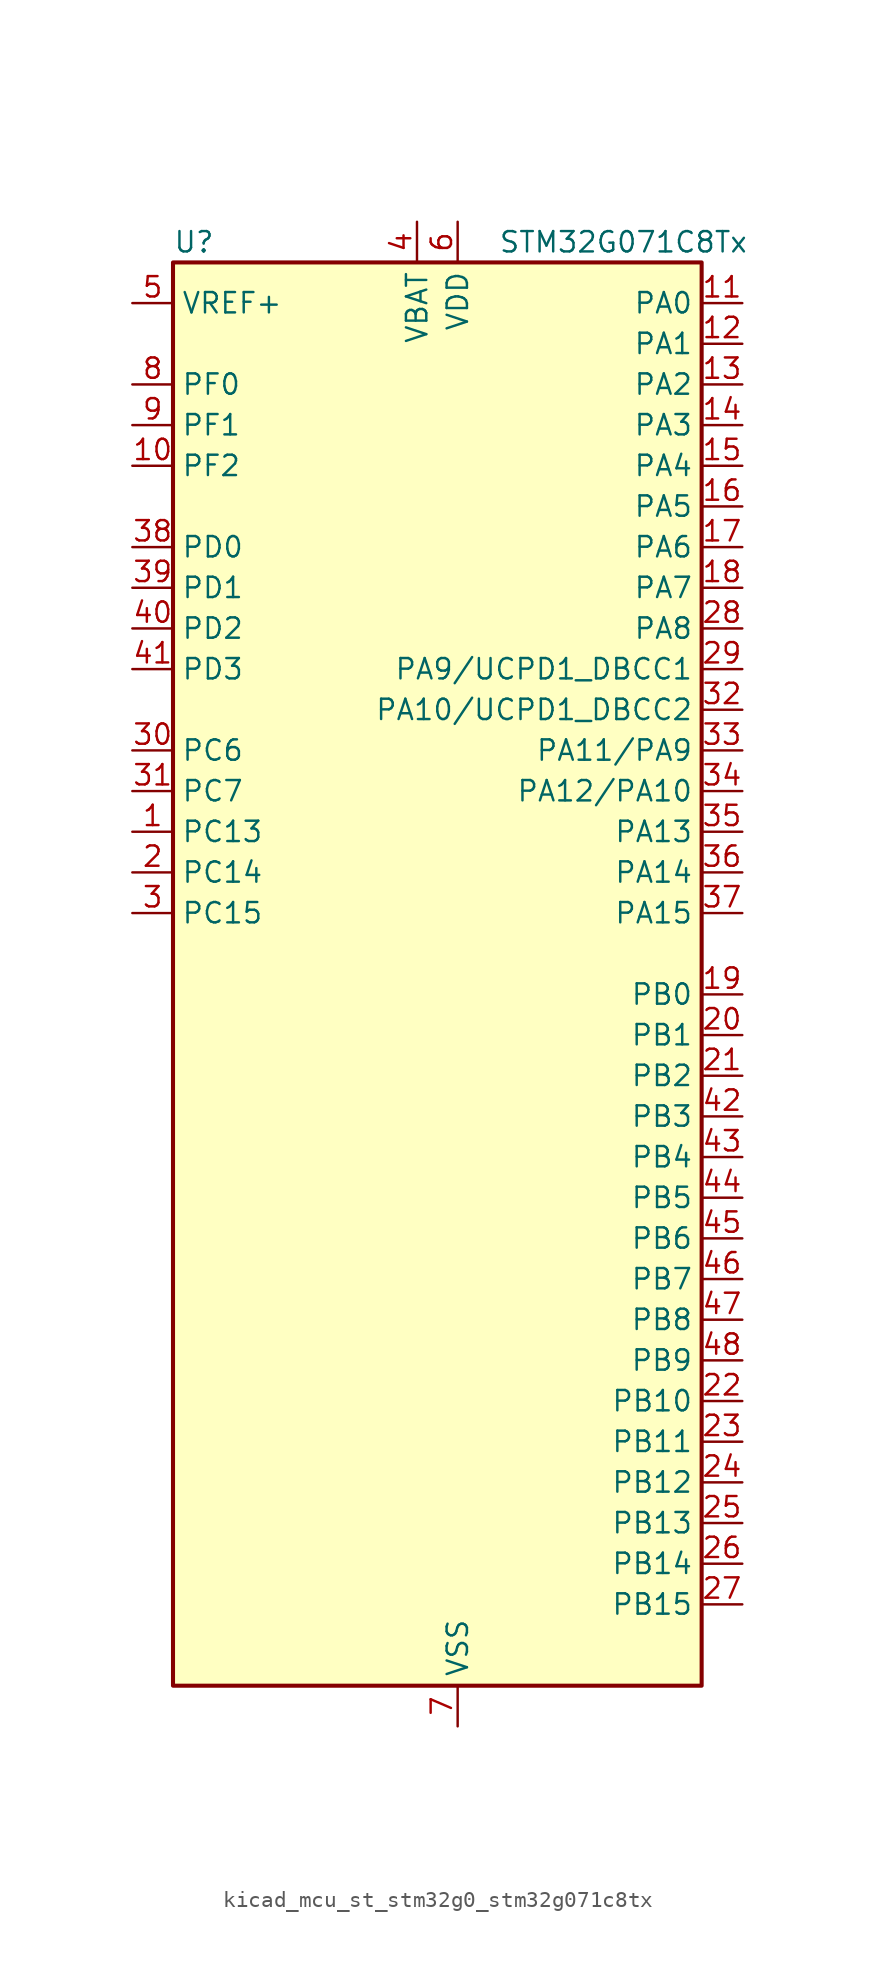
<source format=kicad_sym>
(kicad_symbol_lib
  (version 20220914)
  (generator kicad_symbol_editor)
  (symbol "kicad_mcu_st_stm32g0_stm32g071c8tx"
    (property "Reference" "U"
      (at -15.24 46.99 0)
      (effects (font (size 1.27 1.27)) (justify left)))
    (property "Value" "STM32G071C8Tx"
      (at 5.08 46.99 0)
      (effects (font (size 1.27 1.27)) (justify left)))
    (property "ki_locked" ""
      (at 0 0 0)
      (effects (font (size 1.27 1.27))))
    (symbol "kicad_mcu_st_stm32g0_stm32g071c8tx_0_1"
      (rectangle (start -15.24 -43.18) (end 17.78 45.72) (stroke (width 0.254) (type default)) (fill (type background))))
    (symbol "kicad_mcu_st_stm32g0_stm32g071c8tx_1_1"
      (pin bidirectional line (at -17.78 10.16 0) (length 2.54) (name "PC13" (effects (font (size 1.27 1.27)))) (number "1" (effects (font (size 1.27 1.27)))) (alternate "RTC_OUT_ALARM" bidirectional line) (alternate "RTC_OUT_CALIB" bidirectional line) (alternate "RTC_TAMP_IN1" bidirectional line) (alternate "RTC_TS" bidirectional line) (alternate "SYS_WKUP2" bidirectional line) (alternate "TIM1_BK" bidirectional line))
      (pin bidirectional line (at -17.78 33.02 0) (length 2.54) (name "PF2" (effects (font (size 1.27 1.27)))) (number "10" (effects (font (size 1.27 1.27)))) (alternate "RCC_MCO" bidirectional line))
      (pin bidirectional line (at 20.32 43.18 180) (length 2.54) (name "PA0" (effects (font (size 1.27 1.27)))) (number "11" (effects (font (size 1.27 1.27)))) (alternate "ADC1_IN0" bidirectional line) (alternate "COMP1_INM" bidirectional line) (alternate "COMP1_OUT" bidirectional line) (alternate "LPTIM1_OUT" bidirectional line) (alternate "RTC_TAMP_IN2" bidirectional line) (alternate "SPI2_SCK" bidirectional line) (alternate "SYS_WKUP1" bidirectional line) (alternate "TIM2_CH1" bidirectional line) (alternate "TIM2_ETR" bidirectional line) (alternate "UCPD2_FRSTX1" bidirectional line) (alternate "UCPD2_FRSTX2" bidirectional line) (alternate "USART2_CTS" bidirectional line) (alternate "USART2_NSS" bidirectional line) (alternate "USART4_TX" bidirectional line))
      (pin bidirectional line (at 20.32 40.64 180) (length 2.54) (name "PA1" (effects (font (size 1.27 1.27)))) (number "12" (effects (font (size 1.27 1.27)))) (alternate "ADC1_IN1" bidirectional line) (alternate "COMP1_INP" bidirectional line) (alternate "I2C1_SMBA" bidirectional line) (alternate "I2S1_CK" bidirectional line) (alternate "SPI1_SCK" bidirectional line) (alternate "TIM15_CH1N" bidirectional line) (alternate "TIM2_CH2" bidirectional line) (alternate "USART2_CK" bidirectional line) (alternate "USART2_DE" bidirectional line) (alternate "USART2_RTS" bidirectional line) (alternate "USART4_RX" bidirectional line))
      (pin bidirectional line (at 20.32 38.1 180) (length 2.54) (name "PA2" (effects (font (size 1.27 1.27)))) (number "13" (effects (font (size 1.27 1.27)))) (alternate "ADC1_IN2" bidirectional line) (alternate "COMP2_INM" bidirectional line) (alternate "COMP2_OUT" bidirectional line) (alternate "I2S1_SD" bidirectional line) (alternate "LPUART1_TX" bidirectional line) (alternate "RCC_LSCO" bidirectional line) (alternate "SPI1_MOSI" bidirectional line) (alternate "SYS_WKUP4" bidirectional line) (alternate "TIM15_CH1" bidirectional line) (alternate "TIM2_CH3" bidirectional line) (alternate "UCPD1_FRSTX1" bidirectional line) (alternate "UCPD1_FRSTX2" bidirectional line) (alternate "USART2_TX" bidirectional line))
      (pin bidirectional line (at 20.32 35.56 180) (length 2.54) (name "PA3" (effects (font (size 1.27 1.27)))) (number "14" (effects (font (size 1.27 1.27)))) (alternate "ADC1_IN3" bidirectional line) (alternate "COMP2_INP" bidirectional line) (alternate "LPUART1_RX" bidirectional line) (alternate "SPI2_MISO" bidirectional line) (alternate "TIM15_CH2" bidirectional line) (alternate "TIM2_CH4" bidirectional line) (alternate "UCPD2_FRSTX1" bidirectional line) (alternate "UCPD2_FRSTX2" bidirectional line) (alternate "USART2_RX" bidirectional line))
      (pin bidirectional line (at 20.32 33.02 180) (length 2.54) (name "PA4" (effects (font (size 1.27 1.27)))) (number "15" (effects (font (size 1.27 1.27)))) (alternate "ADC1_IN4" bidirectional line) (alternate "DAC1_OUT1" bidirectional line) (alternate "I2S1_WS" bidirectional line) (alternate "LPTIM2_OUT" bidirectional line) (alternate "RTC_OUT_ALARM" bidirectional line) (alternate "RTC_OUT_CALIB" bidirectional line) (alternate "SPI1_NSS" bidirectional line) (alternate "SPI2_MOSI" bidirectional line) (alternate "TIM14_CH1" bidirectional line) (alternate "UCPD2_FRSTX1" bidirectional line) (alternate "UCPD2_FRSTX2" bidirectional line))
      (pin bidirectional line (at 20.32 30.48 180) (length 2.54) (name "PA5" (effects (font (size 1.27 1.27)))) (number "16" (effects (font (size 1.27 1.27)))) (alternate "ADC1_IN5" bidirectional line) (alternate "CEC" bidirectional line) (alternate "DAC1_OUT2" bidirectional line) (alternate "I2S1_CK" bidirectional line) (alternate "LPTIM2_ETR" bidirectional line) (alternate "SPI1_SCK" bidirectional line) (alternate "TIM2_CH1" bidirectional line) (alternate "TIM2_ETR" bidirectional line) (alternate "UCPD1_FRSTX1" bidirectional line) (alternate "UCPD1_FRSTX2" bidirectional line) (alternate "USART3_TX" bidirectional line))
      (pin bidirectional line (at 20.32 27.94 180) (length 2.54) (name "PA6" (effects (font (size 1.27 1.27)))) (number "17" (effects (font (size 1.27 1.27)))) (alternate "ADC1_IN6" bidirectional line) (alternate "COMP1_OUT" bidirectional line) (alternate "I2S1_MCK" bidirectional line) (alternate "LPUART1_CTS" bidirectional line) (alternate "SPI1_MISO" bidirectional line) (alternate "TIM16_CH1" bidirectional line) (alternate "TIM1_BK" bidirectional line) (alternate "TIM3_CH1" bidirectional line) (alternate "USART3_CTS" bidirectional line) (alternate "USART3_NSS" bidirectional line))
      (pin bidirectional line (at 20.32 25.4 180) (length 2.54) (name "PA7" (effects (font (size 1.27 1.27)))) (number "18" (effects (font (size 1.27 1.27)))) (alternate "ADC1_IN7" bidirectional line) (alternate "COMP2_OUT" bidirectional line) (alternate "I2S1_SD" bidirectional line) (alternate "SPI1_MOSI" bidirectional line) (alternate "TIM14_CH1" bidirectional line) (alternate "TIM17_CH1" bidirectional line) (alternate "TIM1_CH1N" bidirectional line) (alternate "TIM3_CH2" bidirectional line) (alternate "UCPD1_FRSTX1" bidirectional line) (alternate "UCPD1_FRSTX2" bidirectional line))
      (pin bidirectional line (at 20.32 0 180) (length 2.54) (name "PB0" (effects (font (size 1.27 1.27)))) (number "19" (effects (font (size 1.27 1.27)))) (alternate "ADC1_IN8" bidirectional line) (alternate "COMP1_OUT" bidirectional line) (alternate "I2S1_WS" bidirectional line) (alternate "LPTIM1_OUT" bidirectional line) (alternate "SPI1_NSS" bidirectional line) (alternate "TIM1_CH2N" bidirectional line) (alternate "TIM3_CH3" bidirectional line) (alternate "UCPD1_FRSTX1" bidirectional line) (alternate "UCPD1_FRSTX2" bidirectional line) (alternate "USART3_RX" bidirectional line))
      (pin bidirectional line (at -17.78 7.62 0) (length 2.54) (name "PC14" (effects (font (size 1.27 1.27)))) (number "2" (effects (font (size 1.27 1.27)))) (alternate "RCC_OSC32_IN" bidirectional line) (alternate "TIM1_BK2" bidirectional line))
      (pin bidirectional line (at 20.32 -2.54 180) (length 2.54) (name "PB1" (effects (font (size 1.27 1.27)))) (number "20" (effects (font (size 1.27 1.27)))) (alternate "ADC1_IN9" bidirectional line) (alternate "COMP1_INM" bidirectional line) (alternate "LPTIM2_IN1" bidirectional line) (alternate "LPUART1_DE" bidirectional line) (alternate "LPUART1_RTS" bidirectional line) (alternate "TIM14_CH1" bidirectional line) (alternate "TIM1_CH3N" bidirectional line) (alternate "TIM3_CH4" bidirectional line) (alternate "USART3_CK" bidirectional line) (alternate "USART3_DE" bidirectional line) (alternate "USART3_RTS" bidirectional line))
      (pin bidirectional line (at 20.32 -5.08 180) (length 2.54) (name "PB2" (effects (font (size 1.27 1.27)))) (number "21" (effects (font (size 1.27 1.27)))) (alternate "ADC1_IN10" bidirectional line) (alternate "COMP1_INP" bidirectional line) (alternate "LPTIM1_OUT" bidirectional line) (alternate "SPI2_MISO" bidirectional line) (alternate "USART3_TX" bidirectional line))
      (pin bidirectional line (at 20.32 -25.4 180) (length 2.54) (name "PB10" (effects (font (size 1.27 1.27)))) (number "22" (effects (font (size 1.27 1.27)))) (alternate "ADC1_IN11" bidirectional line) (alternate "CEC" bidirectional line) (alternate "COMP1_OUT" bidirectional line) (alternate "I2C2_SCL" bidirectional line) (alternate "LPUART1_RX" bidirectional line) (alternate "SPI2_SCK" bidirectional line) (alternate "TIM2_CH3" bidirectional line) (alternate "USART3_TX" bidirectional line))
      (pin bidirectional line (at 20.32 -27.94 180) (length 2.54) (name "PB11" (effects (font (size 1.27 1.27)))) (number "23" (effects (font (size 1.27 1.27)))) (alternate "ADC1_EXTI11" bidirectional line) (alternate "ADC1_IN15" bidirectional line) (alternate "COMP2_OUT" bidirectional line) (alternate "I2C2_SDA" bidirectional line) (alternate "LPUART1_TX" bidirectional line) (alternate "SPI2_MOSI" bidirectional line) (alternate "TIM2_CH4" bidirectional line) (alternate "USART3_RX" bidirectional line))
      (pin bidirectional line (at 20.32 -30.48 180) (length 2.54) (name "PB12" (effects (font (size 1.27 1.27)))) (number "24" (effects (font (size 1.27 1.27)))) (alternate "ADC1_IN16" bidirectional line) (alternate "LPUART1_DE" bidirectional line) (alternate "LPUART1_RTS" bidirectional line) (alternate "SPI2_NSS" bidirectional line) (alternate "TIM15_BK" bidirectional line) (alternate "TIM1_BK" bidirectional line) (alternate "UCPD2_FRSTX1" bidirectional line) (alternate "UCPD2_FRSTX2" bidirectional line))
      (pin bidirectional line (at 20.32 -33.02 180) (length 2.54) (name "PB13" (effects (font (size 1.27 1.27)))) (number "25" (effects (font (size 1.27 1.27)))) (alternate "I2C2_SCL" bidirectional line) (alternate "LPUART1_CTS" bidirectional line) (alternate "SPI2_SCK" bidirectional line) (alternate "TIM15_CH1N" bidirectional line) (alternate "TIM1_CH1N" bidirectional line) (alternate "USART3_CTS" bidirectional line) (alternate "USART3_NSS" bidirectional line))
      (pin bidirectional line (at 20.32 -35.56 180) (length 2.54) (name "PB14" (effects (font (size 1.27 1.27)))) (number "26" (effects (font (size 1.27 1.27)))) (alternate "I2C2_SDA" bidirectional line) (alternate "SPI2_MISO" bidirectional line) (alternate "TIM15_CH1" bidirectional line) (alternate "TIM1_CH2N" bidirectional line) (alternate "UCPD1_FRSTX1" bidirectional line) (alternate "UCPD1_FRSTX2" bidirectional line) (alternate "USART3_CK" bidirectional line) (alternate "USART3_DE" bidirectional line) (alternate "USART3_RTS" bidirectional line))
      (pin bidirectional line (at 20.32 -38.1 180) (length 2.54) (name "PB15" (effects (font (size 1.27 1.27)))) (number "27" (effects (font (size 1.27 1.27)))) (alternate "RTC_REFIN" bidirectional line) (alternate "SPI2_MOSI" bidirectional line) (alternate "TIM15_CH1N" bidirectional line) (alternate "TIM15_CH2" bidirectional line) (alternate "TIM1_CH3N" bidirectional line) (alternate "UCPD1_CC2" bidirectional line))
      (pin bidirectional line (at 20.32 22.86 180) (length 2.54) (name "PA8" (effects (font (size 1.27 1.27)))) (number "28" (effects (font (size 1.27 1.27)))) (alternate "LPTIM2_OUT" bidirectional line) (alternate "RCC_MCO" bidirectional line) (alternate "SPI2_NSS" bidirectional line) (alternate "TIM1_CH1" bidirectional line) (alternate "UCPD1_CC1" bidirectional line))
      (pin bidirectional line (at 20.32 20.32 180) (length 2.54) (name "PA9/UCPD1_DBCC1" (effects (font (size 1.27 1.27)))) (number "29" (effects (font (size 1.27 1.27)))) (alternate "DAC1_EXTI9" bidirectional line) (alternate "I2C1_SCL" bidirectional line) (alternate "RCC_MCO" bidirectional line) (alternate "SPI2_MISO" bidirectional line) (alternate "TIM15_BK" bidirectional line) (alternate "TIM1_CH2" bidirectional line) (alternate "UCPD1_DBCC1" bidirectional line) (alternate "USART1_TX" bidirectional line))
      (pin bidirectional line (at -17.78 5.08 0) (length 2.54) (name "PC15" (effects (font (size 1.27 1.27)))) (number "3" (effects (font (size 1.27 1.27)))) (alternate "RCC_OSC32_EN" bidirectional line) (alternate "RCC_OSC32_OUT" bidirectional line) (alternate "RCC_OSC_EN" bidirectional line) (alternate "TIM15_BK" bidirectional line))
      (pin bidirectional line (at -17.78 15.24 0) (length 2.54) (name "PC6" (effects (font (size 1.27 1.27)))) (number "30" (effects (font (size 1.27 1.27)))) (alternate "TIM2_CH3" bidirectional line) (alternate "TIM3_CH1" bidirectional line) (alternate "UCPD1_FRSTX1" bidirectional line) (alternate "UCPD1_FRSTX2" bidirectional line))
      (pin bidirectional line (at -17.78 12.7 0) (length 2.54) (name "PC7" (effects (font (size 1.27 1.27)))) (number "31" (effects (font (size 1.27 1.27)))) (alternate "TIM2_CH4" bidirectional line) (alternate "TIM3_CH2" bidirectional line) (alternate "UCPD2_FRSTX1" bidirectional line) (alternate "UCPD2_FRSTX2" bidirectional line))
      (pin bidirectional line (at 20.32 17.78 180) (length 2.54) (name "PA10/UCPD1_DBCC2" (effects (font (size 1.27 1.27)))) (number "32" (effects (font (size 1.27 1.27)))) (alternate "I2C1_SDA" bidirectional line) (alternate "SPI2_MOSI" bidirectional line) (alternate "TIM17_BK" bidirectional line) (alternate "TIM1_CH3" bidirectional line) (alternate "UCPD1_DBCC2" bidirectional line) (alternate "USART1_RX" bidirectional line))
      (pin bidirectional line (at 20.32 15.24 180) (length 2.54) (name "PA11/PA9" (effects (font (size 1.27 1.27)))) (number "33" (effects (font (size 1.27 1.27)))) (alternate "ADC1_EXTI11" bidirectional line) (alternate "COMP1_OUT" bidirectional line) (alternate "I2C2_SCL" bidirectional line) (alternate "I2S1_MCK" bidirectional line) (alternate "SPI1_MISO" bidirectional line) (alternate "TIM1_BK2" bidirectional line) (alternate "TIM1_CH4" bidirectional line) (alternate "USART1_CTS" bidirectional line) (alternate "USART1_NSS" bidirectional line))
      (pin bidirectional line (at 20.32 12.7 180) (length 2.54) (name "PA12/PA10" (effects (font (size 1.27 1.27)))) (number "34" (effects (font (size 1.27 1.27)))) (alternate "COMP2_OUT" bidirectional line) (alternate "I2C2_SDA" bidirectional line) (alternate "I2S1_SD" bidirectional line) (alternate "I2S_CKIN" bidirectional line) (alternate "SPI1_MOSI" bidirectional line) (alternate "TIM1_ETR" bidirectional line) (alternate "USART1_CK" bidirectional line) (alternate "USART1_DE" bidirectional line) (alternate "USART1_RTS" bidirectional line))
      (pin bidirectional line (at 20.32 10.16 180) (length 2.54) (name "PA13" (effects (font (size 1.27 1.27)))) (number "35" (effects (font (size 1.27 1.27)))) (alternate "IR_OUT" bidirectional line) (alternate "SYS_SWDIO" bidirectional line))
      (pin bidirectional line (at 20.32 7.62 180) (length 2.54) (name "PA14" (effects (font (size 1.27 1.27)))) (number "36" (effects (font (size 1.27 1.27)))) (alternate "SYS_SWCLK" bidirectional line) (alternate "USART2_TX" bidirectional line))
      (pin bidirectional line (at 20.32 5.08 180) (length 2.54) (name "PA15" (effects (font (size 1.27 1.27)))) (number "37" (effects (font (size 1.27 1.27)))) (alternate "I2S1_WS" bidirectional line) (alternate "SPI1_NSS" bidirectional line) (alternate "TIM2_CH1" bidirectional line) (alternate "TIM2_ETR" bidirectional line) (alternate "USART2_RX" bidirectional line) (alternate "USART3_CK" bidirectional line) (alternate "USART3_DE" bidirectional line) (alternate "USART3_RTS" bidirectional line) (alternate "USART4_CK" bidirectional line) (alternate "USART4_DE" bidirectional line) (alternate "USART4_RTS" bidirectional line))
      (pin bidirectional line (at -17.78 27.94 0) (length 2.54) (name "PD0" (effects (font (size 1.27 1.27)))) (number "38" (effects (font (size 1.27 1.27)))) (alternate "SPI2_NSS" bidirectional line) (alternate "TIM16_CH1" bidirectional line) (alternate "UCPD2_CC1" bidirectional line))
      (pin bidirectional line (at -17.78 25.4 0) (length 2.54) (name "PD1" (effects (font (size 1.27 1.27)))) (number "39" (effects (font (size 1.27 1.27)))) (alternate "SPI2_SCK" bidirectional line) (alternate "TIM17_CH1" bidirectional line) (alternate "UCPD2_DBCC1" bidirectional line))
      (pin power_in line (at 0 48.26 270) (length 2.54) (name "VBAT" (effects (font (size 1.27 1.27)))) (number "4" (effects (font (size 1.27 1.27)))))
      (pin bidirectional line (at -17.78 22.86 0) (length 2.54) (name "PD2" (effects (font (size 1.27 1.27)))) (number "40" (effects (font (size 1.27 1.27)))) (alternate "TIM1_CH1N" bidirectional line) (alternate "TIM3_ETR" bidirectional line) (alternate "UCPD2_CC2" bidirectional line) (alternate "USART3_CK" bidirectional line) (alternate "USART3_DE" bidirectional line) (alternate "USART3_RTS" bidirectional line))
      (pin bidirectional line (at -17.78 20.32 0) (length 2.54) (name "PD3" (effects (font (size 1.27 1.27)))) (number "41" (effects (font (size 1.27 1.27)))) (alternate "SPI2_MISO" bidirectional line) (alternate "TIM1_CH2N" bidirectional line) (alternate "UCPD2_DBCC2" bidirectional line) (alternate "USART2_CTS" bidirectional line) (alternate "USART2_NSS" bidirectional line))
      (pin bidirectional line (at 20.32 -7.62 180) (length 2.54) (name "PB3" (effects (font (size 1.27 1.27)))) (number "42" (effects (font (size 1.27 1.27)))) (alternate "COMP2_INM" bidirectional line) (alternate "I2S1_CK" bidirectional line) (alternate "SPI1_SCK" bidirectional line) (alternate "TIM1_CH2" bidirectional line) (alternate "TIM2_CH2" bidirectional line) (alternate "USART1_CK" bidirectional line) (alternate "USART1_DE" bidirectional line) (alternate "USART1_RTS" bidirectional line))
      (pin bidirectional line (at 20.32 -10.16 180) (length 2.54) (name "PB4" (effects (font (size 1.27 1.27)))) (number "43" (effects (font (size 1.27 1.27)))) (alternate "COMP2_INP" bidirectional line) (alternate "I2S1_MCK" bidirectional line) (alternate "SPI1_MISO" bidirectional line) (alternate "TIM17_BK" bidirectional line) (alternate "TIM3_CH1" bidirectional line) (alternate "USART1_CTS" bidirectional line) (alternate "USART1_NSS" bidirectional line))
      (pin bidirectional line (at 20.32 -12.7 180) (length 2.54) (name "PB5" (effects (font (size 1.27 1.27)))) (number "44" (effects (font (size 1.27 1.27)))) (alternate "COMP2_OUT" bidirectional line) (alternate "I2C1_SMBA" bidirectional line) (alternate "I2S1_SD" bidirectional line) (alternate "LPTIM1_IN1" bidirectional line) (alternate "SPI1_MOSI" bidirectional line) (alternate "SYS_WKUP6" bidirectional line) (alternate "TIM16_BK" bidirectional line) (alternate "TIM3_CH2" bidirectional line))
      (pin bidirectional line (at 20.32 -15.24 180) (length 2.54) (name "PB6" (effects (font (size 1.27 1.27)))) (number "45" (effects (font (size 1.27 1.27)))) (alternate "COMP2_INP" bidirectional line) (alternate "I2C1_SCL" bidirectional line) (alternate "LPTIM1_ETR" bidirectional line) (alternate "SPI2_MISO" bidirectional line) (alternate "TIM16_CH1N" bidirectional line) (alternate "TIM1_CH3" bidirectional line) (alternate "USART1_TX" bidirectional line))
      (pin bidirectional line (at 20.32 -17.78 180) (length 2.54) (name "PB7" (effects (font (size 1.27 1.27)))) (number "46" (effects (font (size 1.27 1.27)))) (alternate "COMP2_INM" bidirectional line) (alternate "I2C1_SDA" bidirectional line) (alternate "LPTIM1_IN2" bidirectional line) (alternate "SPI2_MOSI" bidirectional line) (alternate "SYS_PVD_IN" bidirectional line) (alternate "TIM17_CH1N" bidirectional line) (alternate "USART1_RX" bidirectional line) (alternate "USART4_CTS" bidirectional line) (alternate "USART4_NSS" bidirectional line))
      (pin bidirectional line (at 20.32 -20.32 180) (length 2.54) (name "PB8" (effects (font (size 1.27 1.27)))) (number "47" (effects (font (size 1.27 1.27)))) (alternate "CEC" bidirectional line) (alternate "I2C1_SCL" bidirectional line) (alternate "SPI2_SCK" bidirectional line) (alternate "TIM15_BK" bidirectional line) (alternate "TIM16_CH1" bidirectional line) (alternate "USART3_TX" bidirectional line))
      (pin bidirectional line (at 20.32 -22.86 180) (length 2.54) (name "PB9" (effects (font (size 1.27 1.27)))) (number "48" (effects (font (size 1.27 1.27)))) (alternate "DAC1_EXTI9" bidirectional line) (alternate "I2C1_SDA" bidirectional line) (alternate "IR_OUT" bidirectional line) (alternate "SPI2_NSS" bidirectional line) (alternate "TIM17_CH1" bidirectional line) (alternate "UCPD2_FRSTX1" bidirectional line) (alternate "UCPD2_FRSTX2" bidirectional line) (alternate "USART3_RX" bidirectional line))
      (pin input line (at -17.78 43.18 0) (length 2.54) (name "VREF+" (effects (font (size 1.27 1.27)))) (number "5" (effects (font (size 1.27 1.27)))) (alternate "VREFBUF_OUT" bidirectional line))
      (pin power_in line (at 2.54 48.26 270) (length 2.54) (name "VDD" (effects (font (size 1.27 1.27)))) (number "6" (effects (font (size 1.27 1.27)))))
      (pin power_in line (at 2.54 -45.72 90) (length 2.54) (name "VSS" (effects (font (size 1.27 1.27)))) (number "7" (effects (font (size 1.27 1.27)))))
      (pin bidirectional line (at -17.78 38.1 0) (length 2.54) (name "PF0" (effects (font (size 1.27 1.27)))) (number "8" (effects (font (size 1.27 1.27)))) (alternate "RCC_OSC_IN" bidirectional line) (alternate "TIM14_CH1" bidirectional line))
      (pin bidirectional line (at -17.78 35.56 0) (length 2.54) (name "PF1" (effects (font (size 1.27 1.27)))) (number "9" (effects (font (size 1.27 1.27)))) (alternate "RCC_OSC_EN" bidirectional line) (alternate "RCC_OSC_OUT" bidirectional line) (alternate "TIM15_CH1N" bidirectional line)))))
</source>
